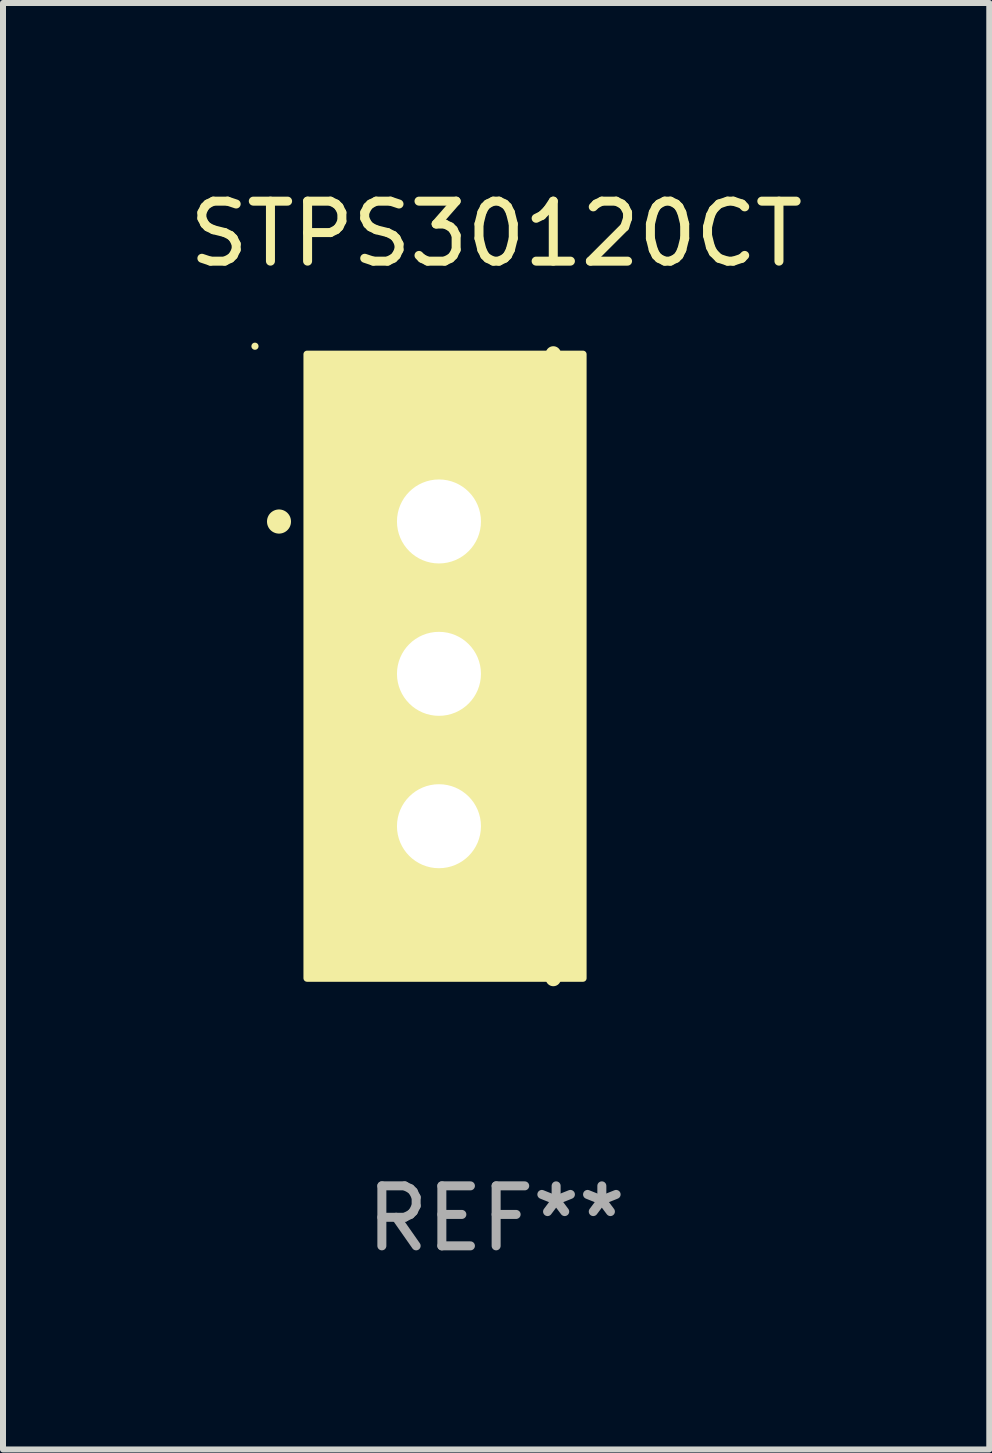
<source format=kicad_pcb>
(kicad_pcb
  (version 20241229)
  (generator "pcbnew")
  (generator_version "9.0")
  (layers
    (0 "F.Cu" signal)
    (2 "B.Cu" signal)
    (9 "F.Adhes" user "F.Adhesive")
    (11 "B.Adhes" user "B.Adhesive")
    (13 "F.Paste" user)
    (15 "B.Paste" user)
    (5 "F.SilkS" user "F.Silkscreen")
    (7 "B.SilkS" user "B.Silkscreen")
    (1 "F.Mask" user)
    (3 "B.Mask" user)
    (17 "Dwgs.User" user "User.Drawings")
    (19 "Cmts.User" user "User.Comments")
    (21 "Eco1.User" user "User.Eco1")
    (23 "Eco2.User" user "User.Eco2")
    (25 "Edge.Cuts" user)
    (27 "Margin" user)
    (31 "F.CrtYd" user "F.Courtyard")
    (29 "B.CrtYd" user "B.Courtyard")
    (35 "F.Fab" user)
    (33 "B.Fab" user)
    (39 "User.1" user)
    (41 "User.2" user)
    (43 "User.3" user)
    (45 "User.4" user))
  (footprint "STPS30120CT"
    (layer "F.Cu")
    (at 5.22 8.055)
    (property "Reference" "STPS30120CT" (at 0 -7.207 0) (layer "F.SilkS") (effects (font (size 1 1) (thickness 0.15))))
    (attr through_hole)
    (fp_line (start 0.953 5.207) (end 0.953 -5.207) (stroke (width 0.254) (type solid)) (layer "F.SilkS"))
    (fp_arc (start -3.619507 -2.410465) (mid -3.619511 -2.411735) (end -3.619507 -2.413005) (stroke (width 0.4) (type solid)) (layer "F.SilkS"))
    (fp_circle (center -4.02 -5.334) (end -3.99 -5.334) (stroke (width 0.06) (type solid)) (fill no) (layer "F.SilkS"))
    (fp_poly (pts (xy -3.152 -5.2) (xy 1.448 -5.2) (xy 1.448 5.2) (xy -3.152 5.2)) (stroke (width 0.12) (type solid)) (fill yes) (layer "F.SilkS"))
    (fp_text user "REF**" (at 0 9.207 0) (layer "F.Fab") (effects (font (size 1 1) (thickness 0.15))))
    (pad "1" thru_hole rect (at -0.953 -2.413 270) (size 2 2.5) (drill 1.4) (layers "*.Cu" "*.Mask"))
    (pad "2" thru_hole oval (at -0.953 0.127 270) (size 2 2.5) (drill 1.4) (layers "*.Cu" "*.Mask"))
    (pad "3" thru_hole oval (at -0.953 2.667 270) (size 2 2.5) (drill 1.4) (layers "*.Cu" "*.Mask")))
  (gr_rect
    (start -3 -3)
    (end 13.44 21.111)
    (stroke (width 0.1) (type default))
    (fill no)
    (layer "Edge.Cuts")))
</source>
